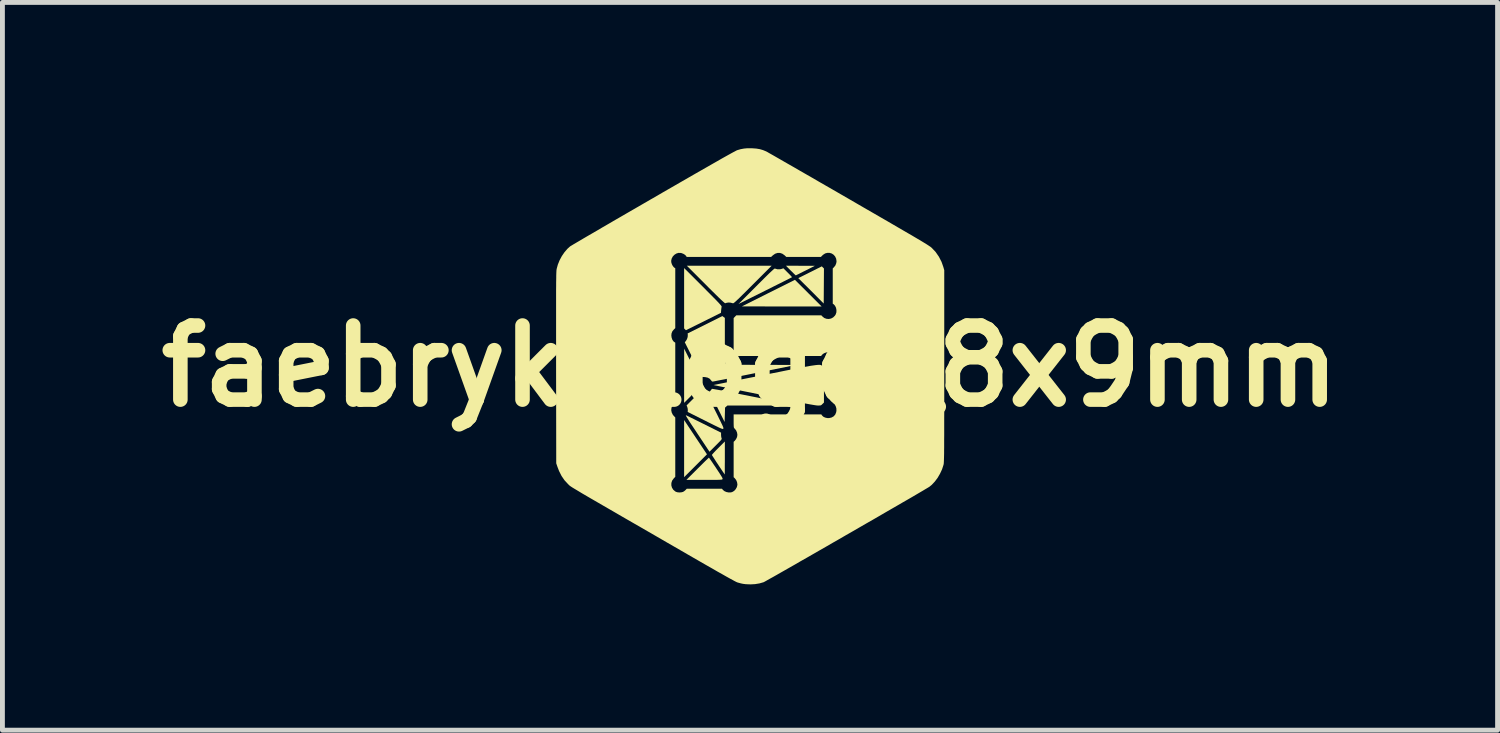
<source format=kicad_pcb>
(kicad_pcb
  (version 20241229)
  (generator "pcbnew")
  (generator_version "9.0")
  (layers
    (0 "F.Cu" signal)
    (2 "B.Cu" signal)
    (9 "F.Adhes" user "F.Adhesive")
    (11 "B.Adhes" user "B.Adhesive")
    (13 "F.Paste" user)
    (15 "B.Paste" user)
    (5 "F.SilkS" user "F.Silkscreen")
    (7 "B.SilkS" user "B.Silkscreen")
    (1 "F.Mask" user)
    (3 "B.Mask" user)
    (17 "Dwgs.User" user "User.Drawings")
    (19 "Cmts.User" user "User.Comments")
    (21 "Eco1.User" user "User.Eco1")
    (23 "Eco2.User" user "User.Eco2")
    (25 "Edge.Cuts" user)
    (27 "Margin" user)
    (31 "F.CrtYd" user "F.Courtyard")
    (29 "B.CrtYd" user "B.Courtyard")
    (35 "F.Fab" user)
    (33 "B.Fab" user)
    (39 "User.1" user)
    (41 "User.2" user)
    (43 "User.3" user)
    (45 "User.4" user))
  (footprint "faebryk_Logo_8x9mm"
    (layer "F.Cu")
    (at 12.381 4.482)
    (property "Reference" "faebryk_Logo_8x9mm" (at 0 0 0) (layer "F.SilkS") (effects (font (size 1.524 1.524) (thickness 0.3))))
    (attr board_only exclude_from_pos_files exclude_from_bom)
    (fp_poly (pts (xy -1.121 1.463) (xy -0.886 1.815) (xy -1.356 2.285) (xy -1.356 1.698) (xy -1.356 1.11)) (stroke (width 0) (type solid)) (fill yes) (layer "F.SilkS"))
    (fp_poly (pts (xy 1.473 -1.227) (xy 0.652 -1.227) (xy -0.168 -1.228) (xy 0.378 -1.502) (xy 0.924 -1.775)) (stroke (width 0) (type solid)) (fill yes) (layer "F.SilkS"))
    (fp_poly (pts (xy 1.521 -2.008) (xy 1.516 -1.287) (xy 1.255 -1.549) (xy 0.993 -1.81) (xy 1.235 -1.931) (xy 1.477 -2.052)) (stroke (width 0) (type solid)) (fill yes) (layer "F.SilkS"))
    (fp_poly (pts (xy 1.037 -2.064) (xy 1.335 -2.064) (xy 1.14 -1.965) (xy 1.087 -1.939) (xy 1.039 -1.915) (xy 0.999 -1.894) (xy 0.967 -1.879) (xy 0.948 -1.869) (xy 0.942 -1.867) (xy 0.934 -1.872) (xy 0.917 -1.888) (xy 0.892 -1.912) (xy 0.861 -1.943) (xy 0.838 -1.965) (xy 0.739 -2.065)) (stroke (width 0) (type solid)) (fill yes) (layer "F.SilkS"))
    (fp_poly (pts (xy -1.201 -0.052) (xy -1.047 0.255) (xy -1.071 0.282) (xy -1.096 0.32) (xy -1.108 0.362) (xy -1.106 0.413) (xy -1.093 0.471) (xy -1.094 0.479) (xy -1.1 0.491) (xy -1.114 0.509) (xy -1.136 0.534) (xy -1.168 0.567) (xy -1.211 0.61) (xy -1.222 0.622) (xy -1.356 0.756) (xy -1.356 0.199) (xy -1.355 -0.359)) (stroke (width 0) (type solid)) (fill yes) (layer "F.SilkS"))
    (fp_poly (pts (xy -0.967 -1.629) (xy -0.887 -1.548) (xy -0.817 -1.478) (xy -0.759 -1.419) (xy -0.71 -1.37) (xy -0.671 -1.329) (xy -0.64 -1.296) (xy -0.617 -1.271) (xy -0.6 -1.251) (xy -0.59 -1.237) (xy -0.585 -1.228) (xy -0.584 -1.223) (xy -0.584 -1.222) (xy -0.587 -1.205) (xy -0.591 -1.177) (xy -0.594 -1.151) (xy -0.598 -1.096) (xy -1.318 -0.738) (xy -1.337 -0.756) (xy -1.356 -0.775) (xy -1.356 -2.017)) (stroke (width 0) (type solid)) (fill yes) (layer "F.SilkS"))
    (fp_poly (pts (xy -0.776 0.468) (xy -0.752 0.472) (xy -0.712 0.479) (xy -0.66 0.488) (xy -0.594 0.5) (xy -0.518 0.515) (xy -0.431 0.532) (xy -0.335 0.55) (xy -0.232 0.571) (xy -0.121 0.593) (xy -0.005 0.616) (xy 0.091 0.635) (xy 0.963 0.81) (xy 0.249 0.811) (xy -0.466 0.812) (xy -0.49 0.833) (xy -0.514 0.854) (xy -0.518 1.002) (xy -0.523 1.15) (xy -0.678 0.839) (xy -0.833 0.529) (xy -0.81 0.502) (xy -0.795 0.483) (xy -0.786 0.47) (xy -0.785 0.468)) (stroke (width 0) (type solid)) (fill yes) (layer "F.SilkS"))
    (fp_poly (pts (xy 0.056 -1.676) (xy -0.025 -1.595) (xy -0.095 -1.525) (xy -0.154 -1.467) (xy -0.203 -1.418) (xy -0.244 -1.379) (xy -0.277 -1.348) (xy -0.303 -1.324) (xy -0.322 -1.308) (xy -0.336 -1.298) (xy -0.345 -1.293) (xy -0.35 -1.292) (xy -0.4 -1.305) (xy -0.441 -1.308) (xy -0.478 -1.303) (xy -0.51 -1.293) (xy -0.517 -1.296) (xy -0.534 -1.309) (xy -0.561 -1.333) (xy -0.597 -1.366) (xy -0.644 -1.411) (xy -0.701 -1.467) (xy -0.769 -1.534) (xy -0.849 -1.613) (xy -0.911 -1.676) (xy -1.3 -2.065) (xy 0.445 -2.065)) (stroke (width 0) (type solid)) (fill yes) (layer "F.SilkS"))
    (fp_poly (pts (xy -0.518 1.89) (xy -0.518 1.965) (xy -0.519 2.034) (xy -0.519 2.095) (xy -0.519 2.147) (xy -0.519 2.188) (xy -0.52 2.215) (xy -0.52 2.228) (xy -0.521 2.229) (xy -0.526 2.222) (xy -0.539 2.202) (xy -0.56 2.172) (xy -0.586 2.133) (xy -0.617 2.087) (xy -0.651 2.036) (xy -0.652 2.033) (xy -0.687 1.982) (xy -0.718 1.934) (xy -0.744 1.893) (xy -0.765 1.861) (xy -0.779 1.838) (xy -0.784 1.828) (xy -0.784 1.828) (xy -0.779 1.82) (xy -0.763 1.801) (xy -0.739 1.774) (xy -0.707 1.74) (xy -0.669 1.702) (xy -0.652 1.685) (xy -0.518 1.551)) (stroke (width 0) (type solid)) (fill yes) (layer "F.SilkS"))
    (fp_poly (pts (xy 0.777 -1.922) (xy 0.809 -1.89) (xy 0.835 -1.863) (xy 0.854 -1.842) (xy 0.863 -1.83) (xy 0.864 -1.829) (xy 0.855 -1.824) (xy 0.833 -1.813) (xy 0.798 -1.795) (xy 0.75 -1.771) (xy 0.693 -1.742) (xy 0.626 -1.708) (xy 0.551 -1.671) (xy 0.469 -1.63) (xy 0.382 -1.586) (xy 0.311 -1.551) (xy -0.238 -1.277) (xy 0.13 -1.645) (xy 0.214 -1.729) (xy 0.287 -1.802) (xy 0.348 -1.862) (xy 0.399 -1.912) (xy 0.44 -1.95) (xy 0.471 -1.979) (xy 0.493 -1.997) (xy 0.506 -2.006) (xy 0.51 -2.007) (xy 0.563 -1.992) (xy 0.617 -1.992) (xy 0.645 -1.998) (xy 0.687 -2.012)) (stroke (width 0) (type solid)) (fill yes) (layer "F.SilkS"))
    (fp_poly (pts (xy -1.31 1.015) (xy -1.287 1.025) (xy -1.253 1.042) (xy -1.207 1.065) (xy -1.152 1.092) (xy -1.09 1.123) (xy -1.021 1.157) (xy -0.955 1.19) (xy -0.596 1.369) (xy -0.596 1.414) (xy -0.594 1.445) (xy -0.589 1.472) (xy -0.586 1.482) (xy -0.583 1.49) (xy -0.583 1.498) (xy -0.587 1.508) (xy -0.597 1.522) (xy -0.614 1.541) (xy -0.639 1.567) (xy -0.675 1.603) (xy -0.705 1.633) (xy -0.834 1.762) (xy -1.076 1.398) (xy -1.132 1.313) (xy -1.18 1.241) (xy -1.22 1.181) (xy -1.252 1.132) (xy -1.276 1.093) (xy -1.295 1.063) (xy -1.308 1.042) (xy -1.316 1.026) (xy -1.32 1.017) (xy -1.321 1.012) (xy -1.318 1.011)) (stroke (width 0) (type solid)) (fill yes) (layer "F.SilkS"))
    (fp_poly (pts (xy -1.006 0.55) (xy -0.979 0.557) (xy -0.946 0.561) (xy -0.935 0.562) (xy -0.894 0.562) (xy -0.715 0.919) (xy -0.673 1.003) (xy -0.639 1.073) (xy -0.611 1.13) (xy -0.589 1.176) (xy -0.572 1.211) (xy -0.56 1.238) (xy -0.552 1.258) (xy -0.548 1.272) (xy -0.547 1.281) (xy -0.549 1.286) (xy -0.551 1.29) (xy -0.556 1.292) (xy -0.563 1.293) (xy -0.574 1.291) (xy -0.59 1.285) (xy -0.612 1.276) (xy -0.643 1.262) (xy -0.682 1.243) (xy -0.732 1.219) (xy -0.794 1.188) (xy -0.869 1.151) (xy -0.924 1.123) (xy -1.282 0.944) (xy -1.28 0.909) (xy -1.282 0.878) (xy -1.29 0.845) (xy -1.291 0.842) (xy -1.305 0.809) (xy -1.17 0.673) (xy -1.034 0.537)) (stroke (width 0) (type solid)) (fill yes) (layer "F.SilkS"))
    (fp_poly (pts (xy -0.84 1.89) (xy -0.826 1.91) (xy -0.805 1.94) (xy -0.777 1.98) (xy -0.746 2.027) (xy -0.71 2.079) (xy -0.698 2.098) (xy -0.657 2.16) (xy -0.624 2.21) (xy -0.6 2.248) (xy -0.582 2.277) (xy -0.571 2.297) (xy -0.565 2.312) (xy -0.564 2.321) (xy -0.566 2.327) (xy -0.57 2.33) (xy -0.576 2.333) (xy -0.587 2.336) (xy -0.605 2.337) (xy -0.629 2.339) (xy -0.663 2.34) (xy -0.708 2.341) (xy -0.765 2.341) (xy -0.836 2.341) (xy -0.922 2.341) (xy -0.943 2.341) (xy -1.309 2.341) (xy -1.08 2.112) (xy -1.028 2.061) (xy -0.98 2.013) (xy -0.938 1.971) (xy -0.902 1.936) (xy -0.873 1.908) (xy -0.854 1.891) (xy -0.846 1.883) (xy -0.846 1.883)) (stroke (width 0) (type solid)) (fill yes) (layer "F.SilkS"))
    (fp_poly (pts (xy -0.544 -1.01) (xy -0.518 -0.992) (xy -0.518 -0.537) (xy -0.518 -0.434) (xy -0.518 -0.348) (xy -0.518 -0.275) (xy -0.517 -0.216) (xy -0.516 -0.168) (xy -0.514 -0.131) (xy -0.512 -0.102) (xy -0.508 -0.081) (xy -0.504 -0.066) (xy -0.499 -0.056) (xy -0.492 -0.048) (xy -0.484 -0.043) (xy -0.474 -0.038) (xy -0.469 -0.036) (xy -0.459 -0.034) (xy -0.437 -0.032) (xy -0.402 -0.03) (xy -0.354 -0.029) (xy -0.291 -0.028) (xy -0.215 -0.027) (xy -0.123 -0.026) (xy -0.015 -0.026) (xy 0.108 -0.025) (xy 0.248 -0.025) (xy 0.946 -0.024) (xy 0.095 0.147) (xy -0.024 0.171) (xy -0.138 0.194) (xy -0.246 0.216) (xy -0.348 0.236) (xy -0.441 0.255) (xy -0.525 0.272) (xy -0.599 0.286) (xy -0.661 0.298) (xy -0.71 0.308) (xy -0.746 0.315) (xy -0.766 0.319) (xy -0.771 0.319) (xy -0.785 0.313) (xy -0.799 0.296) (xy -0.799 0.296) (xy -0.83 0.26) (xy -0.873 0.237) (xy -0.927 0.226) (xy -0.93 0.226) (xy -0.986 0.223) (xy -1.342 -0.49) (xy -1.319 -0.518) (xy -1.297 -0.555) (xy -1.283 -0.599) (xy -1.28 -0.642) (xy -1.28 -0.644) (xy -1.284 -0.672) (xy -0.569 -1.029)) (stroke (width 0) (type solid)) (fill yes) (layer "F.SilkS"))
    (fp_poly (pts (xy 1.442 -0.025) (xy 1.456 -0.022) (xy 1.466 -0.018) (xy 1.475 -0.013) (xy 1.482 -0.007) (xy 1.489 -0.000076) (xy 1.492 0.003) (xy 1.521 0.032) (xy 1.521 0.75) (xy 1.489 0.781) (xy 1.473 0.797) (xy 1.459 0.806) (xy 1.442 0.81) (xy 1.417 0.811) (xy 1.392 0.811) (xy 1.377 0.81) (xy 1.354 0.807) (xy 1.321 0.802) (xy 1.279 0.795) (xy 1.226 0.786) (xy 1.162 0.774) (xy 1.086 0.759) (xy 0.998 0.742) (xy 0.896 0.723) (xy 0.78 0.7) (xy 0.65 0.674) (xy 0.505 0.645) (xy 0.343 0.612) (xy 0.285 0.6) (xy 0.154 0.574) (xy 0.028 0.548) (xy -0.093 0.524) (xy -0.207 0.501) (xy -0.312 0.48) (xy -0.409 0.46) (xy -0.496 0.442) (xy -0.572 0.427) (xy -0.636 0.414) (xy -0.687 0.403) (xy -0.724 0.396) (xy -0.745 0.391) (xy -0.752 0.39) (xy -0.743 0.388) (xy -0.718 0.383) (xy -0.678 0.375) (xy -0.625 0.364) (xy -0.558 0.351) (xy -0.48 0.335) (xy -0.391 0.318) (xy -0.293 0.298) (xy -0.186 0.276) (xy -0.071 0.253) (xy 0.051 0.229) (xy 0.178 0.204) (xy 0.289 0.181) (xy 0.452 0.149) (xy 0.599 0.12) (xy 0.73 0.093) (xy 0.848 0.07) (xy 0.951 0.05) (xy 1.043 0.032) (xy 1.122 0.017) (xy 1.191 0.005) (xy 1.249 -0.006) (xy 1.299 -0.013) (xy 1.341 -0.019) (xy 1.375 -0.023) (xy 1.402 -0.025) (xy 1.425 -0.026)) (stroke (width 0) (type solid)) (fill yes) (layer "F.SilkS"))
    (fp_poly (pts (xy 0.048 -4.481) (xy 0.131 -4.475) (xy 0.202 -4.463) (xy 0.267 -4.444) (xy 0.33 -4.418) (xy 0.344 -4.411) (xy 0.357 -4.404) (xy 0.384 -4.388) (xy 0.425 -4.365) (xy 0.478 -4.335) (xy 0.544 -4.297) (xy 0.621 -4.253) (xy 0.709 -4.202) (xy 0.807 -4.146) (xy 0.914 -4.085) (xy 1.029 -4.018) (xy 1.153 -3.947) (xy 1.284 -3.872) (xy 1.421 -3.792) (xy 1.564 -3.71) (xy 1.712 -3.625) (xy 1.864 -3.537) (xy 2.02 -3.447) (xy 2.039 -3.436) (xy 2.225 -3.328) (xy 2.396 -3.229) (xy 2.554 -3.138) (xy 2.699 -3.054) (xy 2.831 -2.978) (xy 2.951 -2.908) (xy 3.059 -2.845) (xy 3.157 -2.788) (xy 3.245 -2.737) (xy 3.323 -2.692) (xy 3.392 -2.651) (xy 3.453 -2.615) (xy 3.506 -2.584) (xy 3.552 -2.556) (xy 3.591 -2.532) (xy 3.624 -2.512) (xy 3.652 -2.494) (xy 3.675 -2.479) (xy 3.694 -2.466) (xy 3.71 -2.456) (xy 3.722 -2.446) (xy 3.732 -2.438) (xy 3.74 -2.431) (xy 3.819 -2.347) (xy 3.886 -2.25) (xy 3.94 -2.145) (xy 3.976 -2.043) (xy 3.996 -1.974) (xy 3.996 0) (xy 3.996 0.218) (xy 3.996 0.42) (xy 3.996 0.606) (xy 3.996 0.776) (xy 3.996 0.932) (xy 3.995 1.074) (xy 3.995 1.203) (xy 3.995 1.32) (xy 3.995 1.424) (xy 3.994 1.518) (xy 3.994 1.6) (xy 3.994 1.673) (xy 3.993 1.737) (xy 3.993 1.793) (xy 3.992 1.84) (xy 3.991 1.881) (xy 3.99 1.915) (xy 3.989 1.943) (xy 3.988 1.966) (xy 3.987 1.985) (xy 3.986 2) (xy 3.985 2.012) (xy 3.983 2.022) (xy 3.981 2.029) (xy 3.98 2.034) (xy 3.951 2.124) (xy 3.909 2.214) (xy 3.859 2.3) (xy 3.801 2.377) (xy 3.738 2.444) (xy 3.69 2.483) (xy 3.677 2.491) (xy 3.649 2.508) (xy 3.608 2.532) (xy 3.555 2.564) (xy 3.49 2.602) (xy 3.415 2.646) (xy 3.33 2.696) (xy 3.235 2.751) (xy 3.132 2.81) (xy 3.022 2.874) (xy 2.906 2.941) (xy 2.783 3.012) (xy 2.656 3.086) (xy 2.525 3.162) (xy 2.39 3.239) (xy 2.253 3.318) (xy 2.115 3.398) (xy 1.975 3.478) (xy 1.836 3.559) (xy 1.697 3.638) (xy 1.561 3.717) (xy 1.426 3.794) (xy 1.296 3.869) (xy 1.169 3.942) (xy 1.047 4.011) (xy 0.932 4.078) (xy 0.823 4.14) (xy 0.721 4.198) (xy 0.628 4.251) (xy 0.544 4.299) (xy 0.47 4.341) (xy 0.406 4.376) (xy 0.355 4.405) (xy 0.316 4.427) (xy 0.29 4.441) (xy 0.278 4.447) (xy 0.194 4.471) (xy 0.102 4.486) (xy 0.005 4.491) (xy -0.089 4.487) (xy -0.144 4.48) (xy -0.186 4.471) (xy -0.231 4.459) (xy -0.262 4.45) (xy -0.28 4.442) (xy -0.312 4.426) (xy -0.358 4.401) (xy -0.417 4.369) (xy -0.489 4.329) (xy -0.573 4.281) (xy -0.67 4.227) (xy -0.777 4.165) (xy -0.895 4.098) (xy -1.024 4.024) (xy -1.055 4.006) (xy -1.291 3.87) (xy -1.512 3.742) (xy -1.719 3.623) (xy -1.912 3.511) (xy -2.092 3.407) (xy -2.26 3.31) (xy -2.415 3.221) (xy -2.559 3.138) (xy -2.692 3.061) (xy -2.814 2.99) (xy -2.925 2.926) (xy -3.027 2.867) (xy -3.12 2.813) (xy -3.203 2.765) (xy -3.279 2.721) (xy -3.346 2.682) (xy -3.406 2.647) (xy -3.459 2.616) (xy -3.505 2.588) (xy -3.545 2.564) (xy -3.58 2.543) (xy -3.61 2.525) (xy -3.635 2.51) (xy -3.656 2.497) (xy -3.673 2.486) (xy -3.687 2.477) (xy -3.698 2.469) (xy -3.707 2.462) (xy -3.714 2.457) (xy -3.72 2.452) (xy -3.725 2.447) (xy -3.73 2.442) (xy -3.734 2.438) (xy -3.739 2.432) (xy -3.743 2.429) (xy -3.817 2.349) (xy -3.878 2.26) (xy -3.929 2.159) (xy -3.962 2.073) (xy -3.987 2) (xy -3.99 0.035) (xy -3.99 -0.184) (xy -3.99 -0.387) (xy -3.99 -0.573) (xy -3.99 -0.744) (xy -3.99 -0.901) (xy -3.99 -1.044) (xy -3.99 -1.173) (xy -3.99 -1.29) (xy -3.99 -1.395) (xy -3.99 -1.489) (xy -3.99 -1.572) (xy -3.989 -1.646) (xy -3.989 -1.71) (xy -3.988 -1.766) (xy -3.987 -1.814) (xy -3.987 -1.854) (xy -3.986 -1.889) (xy -3.985 -1.917) (xy -3.984 -1.941) (xy -3.983 -1.96) (xy -3.982 -1.975) (xy -3.98 -1.987) (xy -3.979 -1.997) (xy -3.978 -2) (xy -3.954 -2.088) (xy -3.922 -2.167) (xy -1.622 -2.167) (xy -1.62 -2.135) (xy -1.609 -2.098) (xy -1.591 -2.063) (xy -1.569 -2.035) (xy -1.558 -2.026) (xy -1.538 -2.013) (xy -1.538 -0.781) (xy -1.565 -0.755) (xy -1.597 -0.717) (xy -1.614 -0.676) (xy -1.619 -0.631) (xy -1.613 -0.585) (xy -1.598 -0.542) (xy -1.575 -0.509) (xy -1.559 -0.496) (xy -1.538 -0.482) (xy -1.538 0.753) (xy -1.564 0.775) (xy -1.597 0.813) (xy -1.616 0.858) (xy -1.621 0.907) (xy -1.611 0.956) (xy -1.588 1.002) (xy -1.571 1.022) (xy -1.538 1.057) (xy -1.538 2.278) (xy -1.571 2.313) (xy -1.603 2.357) (xy -1.618 2.405) (xy -1.619 2.454) (xy -1.606 2.501) (xy -1.579 2.544) (xy -1.539 2.578) (xy -1.525 2.586) (xy -1.494 2.596) (xy -1.454 2.6) (xy -1.414 2.597) (xy -1.38 2.589) (xy -1.38 2.589) (xy -1.355 2.574) (xy -1.331 2.554) (xy -1.327 2.55) (xy -1.301 2.523) (xy -0.577 2.523) (xy -0.56 2.545) (xy -0.528 2.572) (xy -0.486 2.591) (xy -0.438 2.6) (xy -0.391 2.598) (xy -0.366 2.591) (xy -0.327 2.568) (xy -0.295 2.533) (xy -0.271 2.49) (xy -0.26 2.444) (xy -0.26 2.432) (xy -0.267 2.388) (xy -0.285 2.345) (xy -0.313 2.309) (xy -0.314 2.307) (xy -0.337 2.286) (xy -0.337 1.558) (xy -0.314 1.537) (xy -0.287 1.502) (xy -0.267 1.459) (xy -0.26 1.415) (xy -0.26 1.413) (xy -0.267 1.369) (xy -0.285 1.325) (xy -0.313 1.289) (xy -0.314 1.288) (xy -0.323 1.28) (xy -0.329 1.271) (xy -0.333 1.259) (xy -0.335 1.242) (xy -0.336 1.215) (xy -0.337 1.176) (xy -0.337 1.13) (xy -0.337 0.994) (xy 1.467 0.994) (xy 1.48 1.014) (xy 1.506 1.04) (xy 1.544 1.059) (xy 1.589 1.069) (xy 1.624 1.07) (xy 1.678 1.058) (xy 1.722 1.033) (xy 1.754 0.996) (xy 1.773 0.948) (xy 1.778 0.915) (xy 1.776 0.869) (xy 1.763 0.826) (xy 1.743 0.79) (xy 1.723 0.772) (xy 1.702 0.758) (xy 1.702 0.029) (xy 1.729 0.004) (xy 1.75 -0.02) (xy 1.766 -0.045) (xy 1.768 -0.049) (xy 1.778 -0.093) (xy 1.777 -0.141) (xy 1.766 -0.189) (xy 1.745 -0.228) (xy 1.738 -0.236) (xy 1.703 -0.263) (xy 1.659 -0.28) (xy 1.611 -0.285) (xy 1.562 -0.279) (xy 1.519 -0.262) (xy 1.484 -0.235) (xy 1.479 -0.229) (xy 1.462 -0.207) (xy -0.337 -0.207) (xy -0.337 -0.988) (xy -0.309 -1.017) (xy -0.282 -1.045) (xy 1.466 -1.045) (xy 1.487 -1.023) (xy 1.527 -0.99) (xy 1.573 -0.973) (xy 1.621 -0.969) (xy 1.668 -0.979) (xy 1.711 -1.002) (xy 1.747 -1.038) (xy 1.763 -1.064) (xy 1.777 -1.107) (xy 1.778 -1.154) (xy 1.769 -1.2) (xy 1.749 -1.241) (xy 1.725 -1.268) (xy 1.702 -1.285) (xy 1.702 -2.01) (xy 1.724 -2.031) (xy 1.757 -2.072) (xy 1.775 -2.121) (xy 1.78 -2.157) (xy 1.772 -2.21) (xy 1.751 -2.255) (xy 1.721 -2.29) (xy 1.682 -2.316) (xy 1.638 -2.329) (xy 1.592 -2.33) (xy 1.546 -2.318) (xy 1.503 -2.29) (xy 1.492 -2.28) (xy 1.458 -2.246) (xy 0.746 -2.246) (xy 0.71 -2.28) (xy 0.665 -2.312) (xy 0.617 -2.328) (xy 0.566 -2.328) (xy 0.517 -2.312) (xy 0.471 -2.28) (xy 0.434 -2.246) (xy -1.303 -2.246) (xy -1.317 -2.268) (xy -1.339 -2.29) (xy -1.372 -2.31) (xy -1.411 -2.325) (xy -1.427 -2.328) (xy -1.473 -2.329) (xy -1.517 -2.315) (xy -1.557 -2.289) (xy -1.59 -2.254) (xy -1.612 -2.212) (xy -1.622 -2.167) (xy -3.922 -2.167) (xy -3.918 -2.177) (xy -3.872 -2.263) (xy -3.818 -2.342) (xy -3.759 -2.411) (xy -3.704 -2.461) (xy -3.692 -2.469) (xy -3.665 -2.485) (xy -3.626 -2.509) (xy -3.573 -2.54) (xy -3.508 -2.578) (xy -3.432 -2.623) (xy -3.345 -2.674) (xy -3.248 -2.73) (xy -3.141 -2.792) (xy -3.026 -2.86) (xy -2.903 -2.931) (xy -2.773 -3.007) (xy -2.636 -3.086) (xy -2.493 -3.169) (xy -2.344 -3.255) (xy -2.192 -3.343) (xy -2.035 -3.434) (xy -1.994 -3.457) (xy -1.793 -3.574) (xy -1.605 -3.682) (xy -1.432 -3.782) (xy -1.272 -3.874) (xy -1.126 -3.958) (xy -0.993 -4.034) (xy -0.872 -4.103) (xy -0.764 -4.165) (xy -0.667 -4.22) (xy -0.582 -4.269) (xy -0.507 -4.311) (xy -0.444 -4.346) (xy -0.39 -4.376) (xy -0.346 -4.4) (xy -0.311 -4.418) (xy -0.286 -4.432) (xy -0.269 -4.44) (xy -0.264 -4.442) (xy -0.196 -4.462) (xy -0.128 -4.475) (xy -0.057 -4.482) (xy 0.025 -4.482)) (stroke (width 0) (type solid)) (fill yes) (layer "F.SilkS")))
  (gr_rect
    (start -3 -3)
    (end 27.761 11.973)
    (stroke (width 0.1) (type default))
    (fill no)
    (layer "Edge.Cuts")))
</source>
